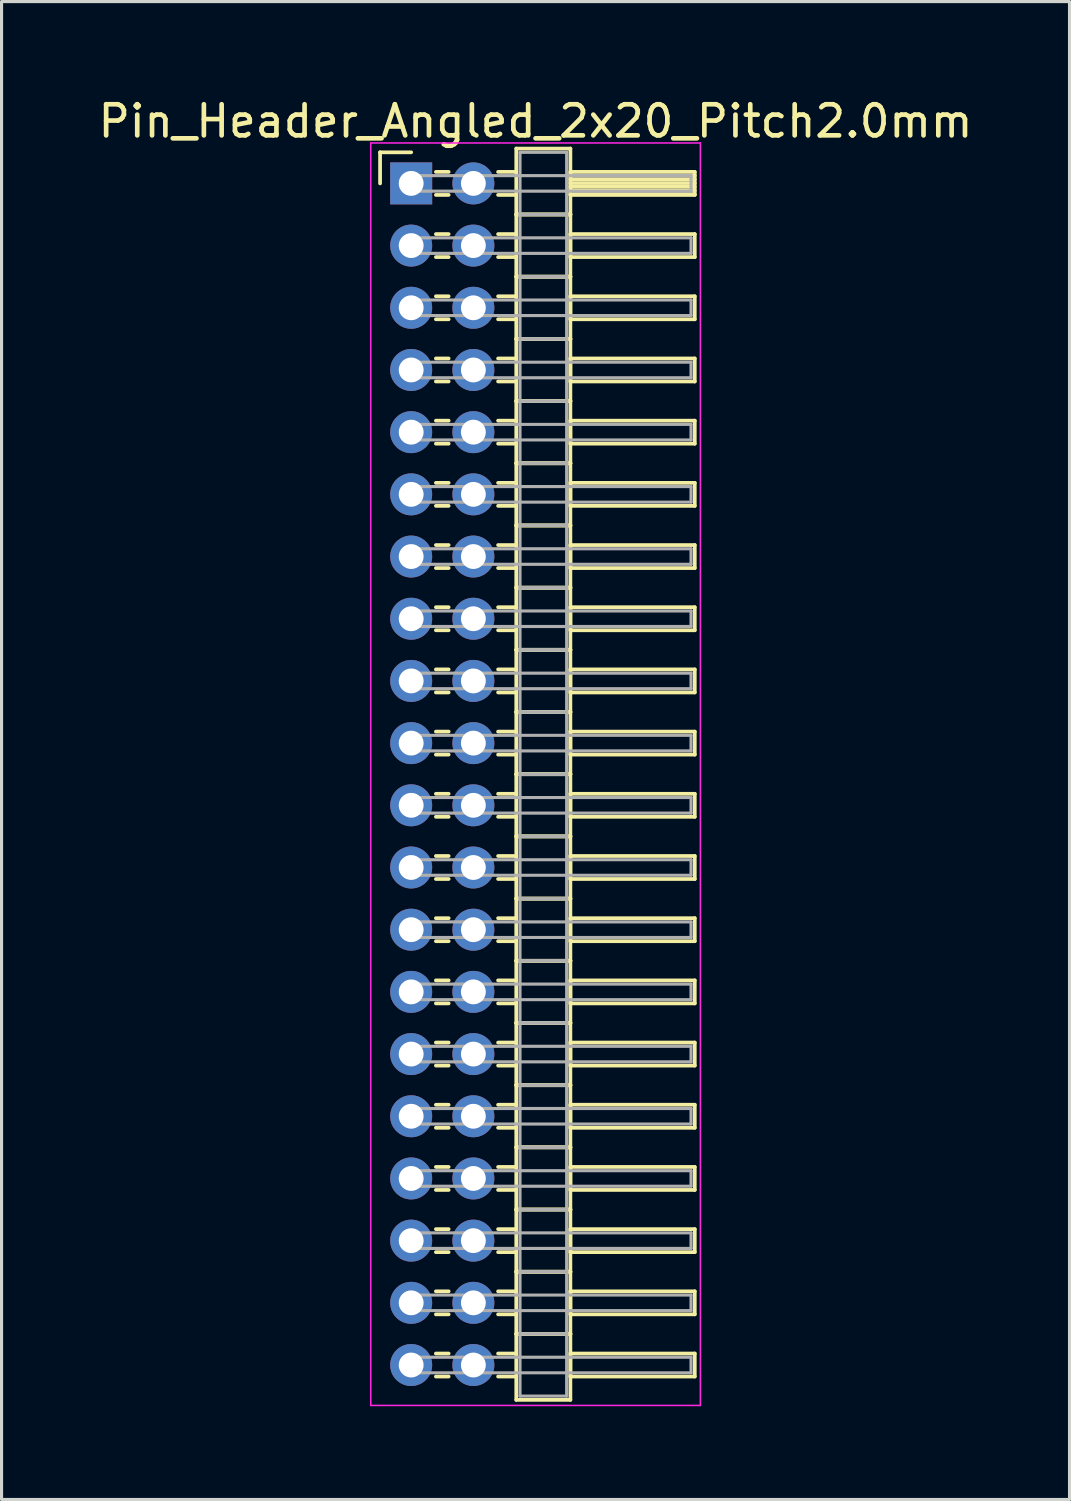
<source format=kicad_pcb>
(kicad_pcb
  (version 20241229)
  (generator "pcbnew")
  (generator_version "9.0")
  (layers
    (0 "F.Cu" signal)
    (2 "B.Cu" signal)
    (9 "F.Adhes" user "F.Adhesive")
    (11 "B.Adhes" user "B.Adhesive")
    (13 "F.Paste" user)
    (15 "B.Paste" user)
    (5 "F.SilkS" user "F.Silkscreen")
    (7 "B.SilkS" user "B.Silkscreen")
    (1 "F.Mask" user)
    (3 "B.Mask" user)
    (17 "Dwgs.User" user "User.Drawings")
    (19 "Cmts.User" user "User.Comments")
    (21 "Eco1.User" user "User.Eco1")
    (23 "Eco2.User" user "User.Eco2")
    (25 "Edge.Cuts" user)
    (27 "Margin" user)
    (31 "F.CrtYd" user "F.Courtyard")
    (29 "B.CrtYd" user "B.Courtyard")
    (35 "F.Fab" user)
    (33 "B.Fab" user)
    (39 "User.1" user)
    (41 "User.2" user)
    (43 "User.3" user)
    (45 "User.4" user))
  (footprint "Pin_Header_Angled_2x20_Pitch2.0mm"
    (layer "F.Cu")
    (at 10.173 2.848)
    (property "Reference" "Pin_Header_Angled_2x20_Pitch2.0mm" (at 4 -2 0) (layer "F.SilkS") (effects (font (size 1 1) (thickness 0.15))))
    (attr through_hole)
    (fp_line (start -1 -1) (end 0 -1) (stroke (width 0.12) (type solid)) (layer "F.SilkS"))
    (fp_line (start -1 0) (end -1 -1) (stroke (width 0.12) (type solid)) (layer "F.SilkS"))
    (fp_line (start 0.795 -0.37) (end 1.205 -0.37) (stroke (width 0.12) (type solid)) (layer "F.SilkS"))
    (fp_line (start 0.795 0.37) (end 1.205 0.37) (stroke (width 0.12) (type solid)) (layer "F.SilkS"))
    (fp_line (start 0.795 1.63) (end 1.205 1.63) (stroke (width 0.12) (type solid)) (layer "F.SilkS"))
    (fp_line (start 0.795 2.37) (end 1.205 2.37) (stroke (width 0.12) (type solid)) (layer "F.SilkS"))
    (fp_line (start 0.795 3.63) (end 1.205 3.63) (stroke (width 0.12) (type solid)) (layer "F.SilkS"))
    (fp_line (start 0.795 4.37) (end 1.205 4.37) (stroke (width 0.12) (type solid)) (layer "F.SilkS"))
    (fp_line (start 0.795 5.63) (end 1.205 5.63) (stroke (width 0.12) (type solid)) (layer "F.SilkS"))
    (fp_line (start 0.795 6.37) (end 1.205 6.37) (stroke (width 0.12) (type solid)) (layer "F.SilkS"))
    (fp_line (start 0.795 7.63) (end 1.205 7.63) (stroke (width 0.12) (type solid)) (layer "F.SilkS"))
    (fp_line (start 0.795 8.37) (end 1.205 8.37) (stroke (width 0.12) (type solid)) (layer "F.SilkS"))
    (fp_line (start 0.795 9.63) (end 1.205 9.63) (stroke (width 0.12) (type solid)) (layer "F.SilkS"))
    (fp_line (start 0.795 10.37) (end 1.205 10.37) (stroke (width 0.12) (type solid)) (layer "F.SilkS"))
    (fp_line (start 0.795 11.63) (end 1.205 11.63) (stroke (width 0.12) (type solid)) (layer "F.SilkS"))
    (fp_line (start 0.795 12.37) (end 1.205 12.37) (stroke (width 0.12) (type solid)) (layer "F.SilkS"))
    (fp_line (start 0.795 13.63) (end 1.205 13.63) (stroke (width 0.12) (type solid)) (layer "F.SilkS"))
    (fp_line (start 0.795 14.37) (end 1.205 14.37) (stroke (width 0.12) (type solid)) (layer "F.SilkS"))
    (fp_line (start 0.795 15.63) (end 1.205 15.63) (stroke (width 0.12) (type solid)) (layer "F.SilkS"))
    (fp_line (start 0.795 16.37) (end 1.205 16.37) (stroke (width 0.12) (type solid)) (layer "F.SilkS"))
    (fp_line (start 0.795 17.63) (end 1.205 17.63) (stroke (width 0.12) (type solid)) (layer "F.SilkS"))
    (fp_line (start 0.795 18.37) (end 1.205 18.37) (stroke (width 0.12) (type solid)) (layer "F.SilkS"))
    (fp_line (start 0.795 19.63) (end 1.205 19.63) (stroke (width 0.12) (type solid)) (layer "F.SilkS"))
    (fp_line (start 0.795 20.37) (end 1.205 20.37) (stroke (width 0.12) (type solid)) (layer "F.SilkS"))
    (fp_line (start 0.795 21.63) (end 1.205 21.63) (stroke (width 0.12) (type solid)) (layer "F.SilkS"))
    (fp_line (start 0.795 22.37) (end 1.205 22.37) (stroke (width 0.12) (type solid)) (layer "F.SilkS"))
    (fp_line (start 0.795 23.63) (end 1.205 23.63) (stroke (width 0.12) (type solid)) (layer "F.SilkS"))
    (fp_line (start 0.795 24.37) (end 1.205 24.37) (stroke (width 0.12) (type solid)) (layer "F.SilkS"))
    (fp_line (start 0.795 25.63) (end 1.205 25.63) (stroke (width 0.12) (type solid)) (layer "F.SilkS"))
    (fp_line (start 0.795 26.37) (end 1.205 26.37) (stroke (width 0.12) (type solid)) (layer "F.SilkS"))
    (fp_line (start 0.795 27.63) (end 1.205 27.63) (stroke (width 0.12) (type solid)) (layer "F.SilkS"))
    (fp_line (start 0.795 28.37) (end 1.205 28.37) (stroke (width 0.12) (type solid)) (layer "F.SilkS"))
    (fp_line (start 0.795 29.63) (end 1.205 29.63) (stroke (width 0.12) (type solid)) (layer "F.SilkS"))
    (fp_line (start 0.795 30.37) (end 1.205 30.37) (stroke (width 0.12) (type solid)) (layer "F.SilkS"))
    (fp_line (start 0.795 31.63) (end 1.205 31.63) (stroke (width 0.12) (type solid)) (layer "F.SilkS"))
    (fp_line (start 0.795 32.37) (end 1.205 32.37) (stroke (width 0.12) (type solid)) (layer "F.SilkS"))
    (fp_line (start 0.795 33.63) (end 1.205 33.63) (stroke (width 0.12) (type solid)) (layer "F.SilkS"))
    (fp_line (start 0.795 34.37) (end 1.205 34.37) (stroke (width 0.12) (type solid)) (layer "F.SilkS"))
    (fp_line (start 0.795 35.63) (end 1.205 35.63) (stroke (width 0.12) (type solid)) (layer "F.SilkS"))
    (fp_line (start 0.795 36.37) (end 1.205 36.37) (stroke (width 0.12) (type solid)) (layer "F.SilkS"))
    (fp_line (start 0.795 37.63) (end 1.205 37.63) (stroke (width 0.12) (type solid)) (layer "F.SilkS"))
    (fp_line (start 0.795 38.37) (end 1.205 38.37) (stroke (width 0.12) (type solid)) (layer "F.SilkS"))
    (fp_line (start 2.795 -0.37) (end 3.38 -0.37) (stroke (width 0.12) (type solid)) (layer "F.SilkS"))
    (fp_line (start 2.795 0.37) (end 3.38 0.37) (stroke (width 0.12) (type solid)) (layer "F.SilkS"))
    (fp_line (start 2.795 1.63) (end 3.38 1.63) (stroke (width 0.12) (type solid)) (layer "F.SilkS"))
    (fp_line (start 2.795 2.37) (end 3.38 2.37) (stroke (width 0.12) (type solid)) (layer "F.SilkS"))
    (fp_line (start 2.795 3.63) (end 3.38 3.63) (stroke (width 0.12) (type solid)) (layer "F.SilkS"))
    (fp_line (start 2.795 4.37) (end 3.38 4.37) (stroke (width 0.12) (type solid)) (layer "F.SilkS"))
    (fp_line (start 2.795 5.63) (end 3.38 5.63) (stroke (width 0.12) (type solid)) (layer "F.SilkS"))
    (fp_line (start 2.795 6.37) (end 3.38 6.37) (stroke (width 0.12) (type solid)) (layer "F.SilkS"))
    (fp_line (start 2.795 7.63) (end 3.38 7.63) (stroke (width 0.12) (type solid)) (layer "F.SilkS"))
    (fp_line (start 2.795 8.37) (end 3.38 8.37) (stroke (width 0.12) (type solid)) (layer "F.SilkS"))
    (fp_line (start 2.795 9.63) (end 3.38 9.63) (stroke (width 0.12) (type solid)) (layer "F.SilkS"))
    (fp_line (start 2.795 10.37) (end 3.38 10.37) (stroke (width 0.12) (type solid)) (layer "F.SilkS"))
    (fp_line (start 2.795 11.63) (end 3.38 11.63) (stroke (width 0.12) (type solid)) (layer "F.SilkS"))
    (fp_line (start 2.795 12.37) (end 3.38 12.37) (stroke (width 0.12) (type solid)) (layer "F.SilkS"))
    (fp_line (start 2.795 13.63) (end 3.38 13.63) (stroke (width 0.12) (type solid)) (layer "F.SilkS"))
    (fp_line (start 2.795 14.37) (end 3.38 14.37) (stroke (width 0.12) (type solid)) (layer "F.SilkS"))
    (fp_line (start 2.795 15.63) (end 3.38 15.63) (stroke (width 0.12) (type solid)) (layer "F.SilkS"))
    (fp_line (start 2.795 16.37) (end 3.38 16.37) (stroke (width 0.12) (type solid)) (layer "F.SilkS"))
    (fp_line (start 2.795 17.63) (end 3.38 17.63) (stroke (width 0.12) (type solid)) (layer "F.SilkS"))
    (fp_line (start 2.795 18.37) (end 3.38 18.37) (stroke (width 0.12) (type solid)) (layer "F.SilkS"))
    (fp_line (start 2.795 19.63) (end 3.38 19.63) (stroke (width 0.12) (type solid)) (layer "F.SilkS"))
    (fp_line (start 2.795 20.37) (end 3.38 20.37) (stroke (width 0.12) (type solid)) (layer "F.SilkS"))
    (fp_line (start 2.795 21.63) (end 3.38 21.63) (stroke (width 0.12) (type solid)) (layer "F.SilkS"))
    (fp_line (start 2.795 22.37) (end 3.38 22.37) (stroke (width 0.12) (type solid)) (layer "F.SilkS"))
    (fp_line (start 2.795 23.63) (end 3.38 23.63) (stroke (width 0.12) (type solid)) (layer "F.SilkS"))
    (fp_line (start 2.795 24.37) (end 3.38 24.37) (stroke (width 0.12) (type solid)) (layer "F.SilkS"))
    (fp_line (start 2.795 25.63) (end 3.38 25.63) (stroke (width 0.12) (type solid)) (layer "F.SilkS"))
    (fp_line (start 2.795 26.37) (end 3.38 26.37) (stroke (width 0.12) (type solid)) (layer "F.SilkS"))
    (fp_line (start 2.795 27.63) (end 3.38 27.63) (stroke (width 0.12) (type solid)) (layer "F.SilkS"))
    (fp_line (start 2.795 28.37) (end 3.38 28.37) (stroke (width 0.12) (type solid)) (layer "F.SilkS"))
    (fp_line (start 2.795 29.63) (end 3.38 29.63) (stroke (width 0.12) (type solid)) (layer "F.SilkS"))
    (fp_line (start 2.795 30.37) (end 3.38 30.37) (stroke (width 0.12) (type solid)) (layer "F.SilkS"))
    (fp_line (start 2.795 31.63) (end 3.38 31.63) (stroke (width 0.12) (type solid)) (layer "F.SilkS"))
    (fp_line (start 2.795 32.37) (end 3.38 32.37) (stroke (width 0.12) (type solid)) (layer "F.SilkS"))
    (fp_line (start 2.795 33.63) (end 3.38 33.63) (stroke (width 0.12) (type solid)) (layer "F.SilkS"))
    (fp_line (start 2.795 34.37) (end 3.38 34.37) (stroke (width 0.12) (type solid)) (layer "F.SilkS"))
    (fp_line (start 2.795 35.63) (end 3.38 35.63) (stroke (width 0.12) (type solid)) (layer "F.SilkS"))
    (fp_line (start 2.795 36.37) (end 3.38 36.37) (stroke (width 0.12) (type solid)) (layer "F.SilkS"))
    (fp_line (start 2.795 37.63) (end 3.38 37.63) (stroke (width 0.12) (type solid)) (layer "F.SilkS"))
    (fp_line (start 2.795 38.37) (end 3.38 38.37) (stroke (width 0.12) (type solid)) (layer "F.SilkS"))
    (fp_line (start 3.38 -1.12) (end 3.38 1) (stroke (width 0.12) (type solid)) (layer "F.SilkS"))
    (fp_line (start 3.38 1) (end 3.38 3) (stroke (width 0.12) (type solid)) (layer "F.SilkS"))
    (fp_line (start 3.38 1) (end 5.12 1) (stroke (width 0.12) (type solid)) (layer "F.SilkS"))
    (fp_line (start 3.38 3) (end 3.38 5) (stroke (width 0.12) (type solid)) (layer "F.SilkS"))
    (fp_line (start 3.38 3) (end 5.12 3) (stroke (width 0.12) (type solid)) (layer "F.SilkS"))
    (fp_line (start 3.38 5) (end 3.38 7) (stroke (width 0.12) (type solid)) (layer "F.SilkS"))
    (fp_line (start 3.38 5) (end 5.12 5) (stroke (width 0.12) (type solid)) (layer "F.SilkS"))
    (fp_line (start 3.38 7) (end 3.38 9) (stroke (width 0.12) (type solid)) (layer "F.SilkS"))
    (fp_line (start 3.38 7) (end 5.12 7) (stroke (width 0.12) (type solid)) (layer "F.SilkS"))
    (fp_line (start 3.38 9) (end 3.38 11) (stroke (width 0.12) (type solid)) (layer "F.SilkS"))
    (fp_line (start 3.38 9) (end 5.12 9) (stroke (width 0.12) (type solid)) (layer "F.SilkS"))
    (fp_line (start 3.38 11) (end 3.38 13) (stroke (width 0.12) (type solid)) (layer "F.SilkS"))
    (fp_line (start 3.38 11) (end 5.12 11) (stroke (width 0.12) (type solid)) (layer "F.SilkS"))
    (fp_line (start 3.38 13) (end 3.38 15) (stroke (width 0.12) (type solid)) (layer "F.SilkS"))
    (fp_line (start 3.38 13) (end 5.12 13) (stroke (width 0.12) (type solid)) (layer "F.SilkS"))
    (fp_line (start 3.38 15) (end 3.38 17) (stroke (width 0.12) (type solid)) (layer "F.SilkS"))
    (fp_line (start 3.38 15) (end 5.12 15) (stroke (width 0.12) (type solid)) (layer "F.SilkS"))
    (fp_line (start 3.38 17) (end 3.38 19) (stroke (width 0.12) (type solid)) (layer "F.SilkS"))
    (fp_line (start 3.38 17) (end 5.12 17) (stroke (width 0.12) (type solid)) (layer "F.SilkS"))
    (fp_line (start 3.38 19) (end 3.38 21) (stroke (width 0.12) (type solid)) (layer "F.SilkS"))
    (fp_line (start 3.38 19) (end 5.12 19) (stroke (width 0.12) (type solid)) (layer "F.SilkS"))
    (fp_line (start 3.38 21) (end 3.38 23) (stroke (width 0.12) (type solid)) (layer "F.SilkS"))
    (fp_line (start 3.38 21) (end 5.12 21) (stroke (width 0.12) (type solid)) (layer "F.SilkS"))
    (fp_line (start 3.38 23) (end 3.38 25) (stroke (width 0.12) (type solid)) (layer "F.SilkS"))
    (fp_line (start 3.38 23) (end 5.12 23) (stroke (width 0.12) (type solid)) (layer "F.SilkS"))
    (fp_line (start 3.38 25) (end 3.38 27) (stroke (width 0.12) (type solid)) (layer "F.SilkS"))
    (fp_line (start 3.38 25) (end 5.12 25) (stroke (width 0.12) (type solid)) (layer "F.SilkS"))
    (fp_line (start 3.38 27) (end 3.38 29) (stroke (width 0.12) (type solid)) (layer "F.SilkS"))
    (fp_line (start 3.38 27) (end 5.12 27) (stroke (width 0.12) (type solid)) (layer "F.SilkS"))
    (fp_line (start 3.38 29) (end 3.38 31) (stroke (width 0.12) (type solid)) (layer "F.SilkS"))
    (fp_line (start 3.38 29) (end 5.12 29) (stroke (width 0.12) (type solid)) (layer "F.SilkS"))
    (fp_line (start 3.38 31) (end 3.38 33) (stroke (width 0.12) (type solid)) (layer "F.SilkS"))
    (fp_line (start 3.38 31) (end 5.12 31) (stroke (width 0.12) (type solid)) (layer "F.SilkS"))
    (fp_line (start 3.38 33) (end 3.38 35) (stroke (width 0.12) (type solid)) (layer "F.SilkS"))
    (fp_line (start 3.38 33) (end 5.12 33) (stroke (width 0.12) (type solid)) (layer "F.SilkS"))
    (fp_line (start 3.38 35) (end 3.38 37) (stroke (width 0.12) (type solid)) (layer "F.SilkS"))
    (fp_line (start 3.38 35) (end 5.12 35) (stroke (width 0.12) (type solid)) (layer "F.SilkS"))
    (fp_line (start 3.38 37) (end 3.38 39.12) (stroke (width 0.12) (type solid)) (layer "F.SilkS"))
    (fp_line (start 3.38 37) (end 5.12 37) (stroke (width 0.12) (type solid)) (layer "F.SilkS"))
    (fp_line (start 3.38 39.12) (end 5.12 39.12) (stroke (width 0.12) (type solid)) (layer "F.SilkS"))
    (fp_line (start 5.12 -1.12) (end 3.38 -1.12) (stroke (width 0.12) (type solid)) (layer "F.SilkS"))
    (fp_line (start 5.12 -0.37) (end 5.12 0.37) (stroke (width 0.12) (type solid)) (layer "F.SilkS"))
    (fp_line (start 5.12 -0.25) (end 9.12 -0.25) (stroke (width 0.12) (type solid)) (layer "F.SilkS"))
    (fp_line (start 5.12 -0.13) (end 9.12 -0.13) (stroke (width 0.12) (type solid)) (layer "F.SilkS"))
    (fp_line (start 5.12 -0.01) (end 9.12 -0.01) (stroke (width 0.12) (type solid)) (layer "F.SilkS"))
    (fp_line (start 5.12 0.11) (end 9.12 0.11) (stroke (width 0.12) (type solid)) (layer "F.SilkS"))
    (fp_line (start 5.12 0.23) (end 9.12 0.23) (stroke (width 0.12) (type solid)) (layer "F.SilkS"))
    (fp_line (start 5.12 0.35) (end 9.12 0.35) (stroke (width 0.12) (type solid)) (layer "F.SilkS"))
    (fp_line (start 5.12 0.37) (end 9.12 0.37) (stroke (width 0.12) (type solid)) (layer "F.SilkS"))
    (fp_line (start 5.12 1) (end 3.38 1) (stroke (width 0.12) (type solid)) (layer "F.SilkS"))
    (fp_line (start 5.12 1) (end 5.12 -1.12) (stroke (width 0.12) (type solid)) (layer "F.SilkS"))
    (fp_line (start 5.12 1.63) (end 5.12 2.37) (stroke (width 0.12) (type solid)) (layer "F.SilkS"))
    (fp_line (start 5.12 2.37) (end 9.12 2.37) (stroke (width 0.12) (type solid)) (layer "F.SilkS"))
    (fp_line (start 5.12 3) (end 3.38 3) (stroke (width 0.12) (type solid)) (layer "F.SilkS"))
    (fp_line (start 5.12 3) (end 5.12 1) (stroke (width 0.12) (type solid)) (layer "F.SilkS"))
    (fp_line (start 5.12 3.63) (end 5.12 4.37) (stroke (width 0.12) (type solid)) (layer "F.SilkS"))
    (fp_line (start 5.12 4.37) (end 9.12 4.37) (stroke (width 0.12) (type solid)) (layer "F.SilkS"))
    (fp_line (start 5.12 5) (end 3.38 5) (stroke (width 0.12) (type solid)) (layer "F.SilkS"))
    (fp_line (start 5.12 5) (end 5.12 3) (stroke (width 0.12) (type solid)) (layer "F.SilkS"))
    (fp_line (start 5.12 5.63) (end 5.12 6.37) (stroke (width 0.12) (type solid)) (layer "F.SilkS"))
    (fp_line (start 5.12 6.37) (end 9.12 6.37) (stroke (width 0.12) (type solid)) (layer "F.SilkS"))
    (fp_line (start 5.12 7) (end 3.38 7) (stroke (width 0.12) (type solid)) (layer "F.SilkS"))
    (fp_line (start 5.12 7) (end 5.12 5) (stroke (width 0.12) (type solid)) (layer "F.SilkS"))
    (fp_line (start 5.12 7.63) (end 5.12 8.37) (stroke (width 0.12) (type solid)) (layer "F.SilkS"))
    (fp_line (start 5.12 8.37) (end 9.12 8.37) (stroke (width 0.12) (type solid)) (layer "F.SilkS"))
    (fp_line (start 5.12 9) (end 3.38 9) (stroke (width 0.12) (type solid)) (layer "F.SilkS"))
    (fp_line (start 5.12 9) (end 5.12 7) (stroke (width 0.12) (type solid)) (layer "F.SilkS"))
    (fp_line (start 5.12 9.63) (end 5.12 10.37) (stroke (width 0.12) (type solid)) (layer "F.SilkS"))
    (fp_line (start 5.12 10.37) (end 9.12 10.37) (stroke (width 0.12) (type solid)) (layer "F.SilkS"))
    (fp_line (start 5.12 11) (end 3.38 11) (stroke (width 0.12) (type solid)) (layer "F.SilkS"))
    (fp_line (start 5.12 11) (end 5.12 9) (stroke (width 0.12) (type solid)) (layer "F.SilkS"))
    (fp_line (start 5.12 11.63) (end 5.12 12.37) (stroke (width 0.12) (type solid)) (layer "F.SilkS"))
    (fp_line (start 5.12 12.37) (end 9.12 12.37) (stroke (width 0.12) (type solid)) (layer "F.SilkS"))
    (fp_line (start 5.12 13) (end 3.38 13) (stroke (width 0.12) (type solid)) (layer "F.SilkS"))
    (fp_line (start 5.12 13) (end 5.12 11) (stroke (width 0.12) (type solid)) (layer "F.SilkS"))
    (fp_line (start 5.12 13.63) (end 5.12 14.37) (stroke (width 0.12) (type solid)) (layer "F.SilkS"))
    (fp_line (start 5.12 14.37) (end 9.12 14.37) (stroke (width 0.12) (type solid)) (layer "F.SilkS"))
    (fp_line (start 5.12 15) (end 3.38 15) (stroke (width 0.12) (type solid)) (layer "F.SilkS"))
    (fp_line (start 5.12 15) (end 5.12 13) (stroke (width 0.12) (type solid)) (layer "F.SilkS"))
    (fp_line (start 5.12 15.63) (end 5.12 16.37) (stroke (width 0.12) (type solid)) (layer "F.SilkS"))
    (fp_line (start 5.12 16.37) (end 9.12 16.37) (stroke (width 0.12) (type solid)) (layer "F.SilkS"))
    (fp_line (start 5.12 17) (end 3.38 17) (stroke (width 0.12) (type solid)) (layer "F.SilkS"))
    (fp_line (start 5.12 17) (end 5.12 15) (stroke (width 0.12) (type solid)) (layer "F.SilkS"))
    (fp_line (start 5.12 17.63) (end 5.12 18.37) (stroke (width 0.12) (type solid)) (layer "F.SilkS"))
    (fp_line (start 5.12 18.37) (end 9.12 18.37) (stroke (width 0.12) (type solid)) (layer "F.SilkS"))
    (fp_line (start 5.12 19) (end 3.38 19) (stroke (width 0.12) (type solid)) (layer "F.SilkS"))
    (fp_line (start 5.12 19) (end 5.12 17) (stroke (width 0.12) (type solid)) (layer "F.SilkS"))
    (fp_line (start 5.12 19.63) (end 5.12 20.37) (stroke (width 0.12) (type solid)) (layer "F.SilkS"))
    (fp_line (start 5.12 20.37) (end 9.12 20.37) (stroke (width 0.12) (type solid)) (layer "F.SilkS"))
    (fp_line (start 5.12 21) (end 3.38 21) (stroke (width 0.12) (type solid)) (layer "F.SilkS"))
    (fp_line (start 5.12 21) (end 5.12 19) (stroke (width 0.12) (type solid)) (layer "F.SilkS"))
    (fp_line (start 5.12 21.63) (end 5.12 22.37) (stroke (width 0.12) (type solid)) (layer "F.SilkS"))
    (fp_line (start 5.12 22.37) (end 9.12 22.37) (stroke (width 0.12) (type solid)) (layer "F.SilkS"))
    (fp_line (start 5.12 23) (end 3.38 23) (stroke (width 0.12) (type solid)) (layer "F.SilkS"))
    (fp_line (start 5.12 23) (end 5.12 21) (stroke (width 0.12) (type solid)) (layer "F.SilkS"))
    (fp_line (start 5.12 23.63) (end 5.12 24.37) (stroke (width 0.12) (type solid)) (layer "F.SilkS"))
    (fp_line (start 5.12 24.37) (end 9.12 24.37) (stroke (width 0.12) (type solid)) (layer "F.SilkS"))
    (fp_line (start 5.12 25) (end 3.38 25) (stroke (width 0.12) (type solid)) (layer "F.SilkS"))
    (fp_line (start 5.12 25) (end 5.12 23) (stroke (width 0.12) (type solid)) (layer "F.SilkS"))
    (fp_line (start 5.12 25.63) (end 5.12 26.37) (stroke (width 0.12) (type solid)) (layer "F.SilkS"))
    (fp_line (start 5.12 26.37) (end 9.12 26.37) (stroke (width 0.12) (type solid)) (layer "F.SilkS"))
    (fp_line (start 5.12 27) (end 3.38 27) (stroke (width 0.12) (type solid)) (layer "F.SilkS"))
    (fp_line (start 5.12 27) (end 5.12 25) (stroke (width 0.12) (type solid)) (layer "F.SilkS"))
    (fp_line (start 5.12 27.63) (end 5.12 28.37) (stroke (width 0.12) (type solid)) (layer "F.SilkS"))
    (fp_line (start 5.12 28.37) (end 9.12 28.37) (stroke (width 0.12) (type solid)) (layer "F.SilkS"))
    (fp_line (start 5.12 29) (end 3.38 29) (stroke (width 0.12) (type solid)) (layer "F.SilkS"))
    (fp_line (start 5.12 29) (end 5.12 27) (stroke (width 0.12) (type solid)) (layer "F.SilkS"))
    (fp_line (start 5.12 29.63) (end 5.12 30.37) (stroke (width 0.12) (type solid)) (layer "F.SilkS"))
    (fp_line (start 5.12 30.37) (end 9.12 30.37) (stroke (width 0.12) (type solid)) (layer "F.SilkS"))
    (fp_line (start 5.12 31) (end 3.38 31) (stroke (width 0.12) (type solid)) (layer "F.SilkS"))
    (fp_line (start 5.12 31) (end 5.12 29) (stroke (width 0.12) (type solid)) (layer "F.SilkS"))
    (fp_line (start 5.12 31.63) (end 5.12 32.37) (stroke (width 0.12) (type solid)) (layer "F.SilkS"))
    (fp_line (start 5.12 32.37) (end 9.12 32.37) (stroke (width 0.12) (type solid)) (layer "F.SilkS"))
    (fp_line (start 5.12 33) (end 3.38 33) (stroke (width 0.12) (type solid)) (layer "F.SilkS"))
    (fp_line (start 5.12 33) (end 5.12 31) (stroke (width 0.12) (type solid)) (layer "F.SilkS"))
    (fp_line (start 5.12 33.63) (end 5.12 34.37) (stroke (width 0.12) (type solid)) (layer "F.SilkS"))
    (fp_line (start 5.12 34.37) (end 9.12 34.37) (stroke (width 0.12) (type solid)) (layer "F.SilkS"))
    (fp_line (start 5.12 35) (end 3.38 35) (stroke (width 0.12) (type solid)) (layer "F.SilkS"))
    (fp_line (start 5.12 35) (end 5.12 33) (stroke (width 0.12) (type solid)) (layer "F.SilkS"))
    (fp_line (start 5.12 35.63) (end 5.12 36.37) (stroke (width 0.12) (type solid)) (layer "F.SilkS"))
    (fp_line (start 5.12 36.37) (end 9.12 36.37) (stroke (width 0.12) (type solid)) (layer "F.SilkS"))
    (fp_line (start 5.12 37) (end 3.38 37) (stroke (width 0.12) (type solid)) (layer "F.SilkS"))
    (fp_line (start 5.12 37) (end 5.12 35) (stroke (width 0.12) (type solid)) (layer "F.SilkS"))
    (fp_line (start 5.12 37.63) (end 5.12 38.37) (stroke (width 0.12) (type solid)) (layer "F.SilkS"))
    (fp_line (start 5.12 38.37) (end 9.12 38.37) (stroke (width 0.12) (type solid)) (layer "F.SilkS"))
    (fp_line (start 5.12 39.12) (end 5.12 37) (stroke (width 0.12) (type solid)) (layer "F.SilkS"))
    (fp_line (start 9.12 -0.37) (end 5.12 -0.37) (stroke (width 0.12) (type solid)) (layer "F.SilkS"))
    (fp_line (start 9.12 0.37) (end 9.12 -0.37) (stroke (width 0.12) (type solid)) (layer "F.SilkS"))
    (fp_line (start 9.12 1.63) (end 5.12 1.63) (stroke (width 0.12) (type solid)) (layer "F.SilkS"))
    (fp_line (start 9.12 2.37) (end 9.12 1.63) (stroke (width 0.12) (type solid)) (layer "F.SilkS"))
    (fp_line (start 9.12 3.63) (end 5.12 3.63) (stroke (width 0.12) (type solid)) (layer "F.SilkS"))
    (fp_line (start 9.12 4.37) (end 9.12 3.63) (stroke (width 0.12) (type solid)) (layer "F.SilkS"))
    (fp_line (start 9.12 5.63) (end 5.12 5.63) (stroke (width 0.12) (type solid)) (layer "F.SilkS"))
    (fp_line (start 9.12 6.37) (end 9.12 5.63) (stroke (width 0.12) (type solid)) (layer "F.SilkS"))
    (fp_line (start 9.12 7.63) (end 5.12 7.63) (stroke (width 0.12) (type solid)) (layer "F.SilkS"))
    (fp_line (start 9.12 8.37) (end 9.12 7.63) (stroke (width 0.12) (type solid)) (layer "F.SilkS"))
    (fp_line (start 9.12 9.63) (end 5.12 9.63) (stroke (width 0.12) (type solid)) (layer "F.SilkS"))
    (fp_line (start 9.12 10.37) (end 9.12 9.63) (stroke (width 0.12) (type solid)) (layer "F.SilkS"))
    (fp_line (start 9.12 11.63) (end 5.12 11.63) (stroke (width 0.12) (type solid)) (layer "F.SilkS"))
    (fp_line (start 9.12 12.37) (end 9.12 11.63) (stroke (width 0.12) (type solid)) (layer "F.SilkS"))
    (fp_line (start 9.12 13.63) (end 5.12 13.63) (stroke (width 0.12) (type solid)) (layer "F.SilkS"))
    (fp_line (start 9.12 14.37) (end 9.12 13.63) (stroke (width 0.12) (type solid)) (layer "F.SilkS"))
    (fp_line (start 9.12 15.63) (end 5.12 15.63) (stroke (width 0.12) (type solid)) (layer "F.SilkS"))
    (fp_line (start 9.12 16.37) (end 9.12 15.63) (stroke (width 0.12) (type solid)) (layer "F.SilkS"))
    (fp_line (start 9.12 17.63) (end 5.12 17.63) (stroke (width 0.12) (type solid)) (layer "F.SilkS"))
    (fp_line (start 9.12 18.37) (end 9.12 17.63) (stroke (width 0.12) (type solid)) (layer "F.SilkS"))
    (fp_line (start 9.12 19.63) (end 5.12 19.63) (stroke (width 0.12) (type solid)) (layer "F.SilkS"))
    (fp_line (start 9.12 20.37) (end 9.12 19.63) (stroke (width 0.12) (type solid)) (layer "F.SilkS"))
    (fp_line (start 9.12 21.63) (end 5.12 21.63) (stroke (width 0.12) (type solid)) (layer "F.SilkS"))
    (fp_line (start 9.12 22.37) (end 9.12 21.63) (stroke (width 0.12) (type solid)) (layer "F.SilkS"))
    (fp_line (start 9.12 23.63) (end 5.12 23.63) (stroke (width 0.12) (type solid)) (layer "F.SilkS"))
    (fp_line (start 9.12 24.37) (end 9.12 23.63) (stroke (width 0.12) (type solid)) (layer "F.SilkS"))
    (fp_line (start 9.12 25.63) (end 5.12 25.63) (stroke (width 0.12) (type solid)) (layer "F.SilkS"))
    (fp_line (start 9.12 26.37) (end 9.12 25.63) (stroke (width 0.12) (type solid)) (layer "F.SilkS"))
    (fp_line (start 9.12 27.63) (end 5.12 27.63) (stroke (width 0.12) (type solid)) (layer "F.SilkS"))
    (fp_line (start 9.12 28.37) (end 9.12 27.63) (stroke (width 0.12) (type solid)) (layer "F.SilkS"))
    (fp_line (start 9.12 29.63) (end 5.12 29.63) (stroke (width 0.12) (type solid)) (layer "F.SilkS"))
    (fp_line (start 9.12 30.37) (end 9.12 29.63) (stroke (width 0.12) (type solid)) (layer "F.SilkS"))
    (fp_line (start 9.12 31.63) (end 5.12 31.63) (stroke (width 0.12) (type solid)) (layer "F.SilkS"))
    (fp_line (start 9.12 32.37) (end 9.12 31.63) (stroke (width 0.12) (type solid)) (layer "F.SilkS"))
    (fp_line (start 9.12 33.63) (end 5.12 33.63) (stroke (width 0.12) (type solid)) (layer "F.SilkS"))
    (fp_line (start 9.12 34.37) (end 9.12 33.63) (stroke (width 0.12) (type solid)) (layer "F.SilkS"))
    (fp_line (start 9.12 35.63) (end 5.12 35.63) (stroke (width 0.12) (type solid)) (layer "F.SilkS"))
    (fp_line (start 9.12 36.37) (end 9.12 35.63) (stroke (width 0.12) (type solid)) (layer "F.SilkS"))
    (fp_line (start 9.12 37.63) (end 5.12 37.63) (stroke (width 0.12) (type solid)) (layer "F.SilkS"))
    (fp_line (start 9.12 38.37) (end 9.12 37.63) (stroke (width 0.12) (type solid)) (layer "F.SilkS"))
    (fp_line (start -1.3 -1.3) (end -1.3 39.3) (stroke (width 0.05) (type solid)) (layer "F.CrtYd"))
    (fp_line (start -1.3 39.3) (end 9.3 39.3) (stroke (width 0.05) (type solid)) (layer "F.CrtYd"))
    (fp_line (start 9.3 -1.3) (end -1.3 -1.3) (stroke (width 0.05) (type solid)) (layer "F.CrtYd"))
    (fp_line (start 9.3 39.3) (end 9.3 -1.3) (stroke (width 0.05) (type solid)) (layer "F.CrtYd"))
    (fp_line (start 0 -0.25) (end 0 0.25) (stroke (width 0.1) (type solid)) (layer "F.Fab"))
    (fp_line (start 0 0.25) (end 9 0.25) (stroke (width 0.1) (type solid)) (layer "F.Fab"))
    (fp_line (start 0 1.75) (end 0 2.25) (stroke (width 0.1) (type solid)) (layer "F.Fab"))
    (fp_line (start 0 2.25) (end 9 2.25) (stroke (width 0.1) (type solid)) (layer "F.Fab"))
    (fp_line (start 0 3.75) (end 0 4.25) (stroke (width 0.1) (type solid)) (layer "F.Fab"))
    (fp_line (start 0 4.25) (end 9 4.25) (stroke (width 0.1) (type solid)) (layer "F.Fab"))
    (fp_line (start 0 5.75) (end 0 6.25) (stroke (width 0.1) (type solid)) (layer "F.Fab"))
    (fp_line (start 0 6.25) (end 9 6.25) (stroke (width 0.1) (type solid)) (layer "F.Fab"))
    (fp_line (start 0 7.75) (end 0 8.25) (stroke (width 0.1) (type solid)) (layer "F.Fab"))
    (fp_line (start 0 8.25) (end 9 8.25) (stroke (width 0.1) (type solid)) (layer "F.Fab"))
    (fp_line (start 0 9.75) (end 0 10.25) (stroke (width 0.1) (type solid)) (layer "F.Fab"))
    (fp_line (start 0 10.25) (end 9 10.25) (stroke (width 0.1) (type solid)) (layer "F.Fab"))
    (fp_line (start 0 11.75) (end 0 12.25) (stroke (width 0.1) (type solid)) (layer "F.Fab"))
    (fp_line (start 0 12.25) (end 9 12.25) (stroke (width 0.1) (type solid)) (layer "F.Fab"))
    (fp_line (start 0 13.75) (end 0 14.25) (stroke (width 0.1) (type solid)) (layer "F.Fab"))
    (fp_line (start 0 14.25) (end 9 14.25) (stroke (width 0.1) (type solid)) (layer "F.Fab"))
    (fp_line (start 0 15.75) (end 0 16.25) (stroke (width 0.1) (type solid)) (layer "F.Fab"))
    (fp_line (start 0 16.25) (end 9 16.25) (stroke (width 0.1) (type solid)) (layer "F.Fab"))
    (fp_line (start 0 17.75) (end 0 18.25) (stroke (width 0.1) (type solid)) (layer "F.Fab"))
    (fp_line (start 0 18.25) (end 9 18.25) (stroke (width 0.1) (type solid)) (layer "F.Fab"))
    (fp_line (start 0 19.75) (end 0 20.25) (stroke (width 0.1) (type solid)) (layer "F.Fab"))
    (fp_line (start 0 20.25) (end 9 20.25) (stroke (width 0.1) (type solid)) (layer "F.Fab"))
    (fp_line (start 0 21.75) (end 0 22.25) (stroke (width 0.1) (type solid)) (layer "F.Fab"))
    (fp_line (start 0 22.25) (end 9 22.25) (stroke (width 0.1) (type solid)) (layer "F.Fab"))
    (fp_line (start 0 23.75) (end 0 24.25) (stroke (width 0.1) (type solid)) (layer "F.Fab"))
    (fp_line (start 0 24.25) (end 9 24.25) (stroke (width 0.1) (type solid)) (layer "F.Fab"))
    (fp_line (start 0 25.75) (end 0 26.25) (stroke (width 0.1) (type solid)) (layer "F.Fab"))
    (fp_line (start 0 26.25) (end 9 26.25) (stroke (width 0.1) (type solid)) (layer "F.Fab"))
    (fp_line (start 0 27.75) (end 0 28.25) (stroke (width 0.1) (type solid)) (layer "F.Fab"))
    (fp_line (start 0 28.25) (end 9 28.25) (stroke (width 0.1) (type solid)) (layer "F.Fab"))
    (fp_line (start 0 29.75) (end 0 30.25) (stroke (width 0.1) (type solid)) (layer "F.Fab"))
    (fp_line (start 0 30.25) (end 9 30.25) (stroke (width 0.1) (type solid)) (layer "F.Fab"))
    (fp_line (start 0 31.75) (end 0 32.25) (stroke (width 0.1) (type solid)) (layer "F.Fab"))
    (fp_line (start 0 32.25) (end 9 32.25) (stroke (width 0.1) (type solid)) (layer "F.Fab"))
    (fp_line (start 0 33.75) (end 0 34.25) (stroke (width 0.1) (type solid)) (layer "F.Fab"))
    (fp_line (start 0 34.25) (end 9 34.25) (stroke (width 0.1) (type solid)) (layer "F.Fab"))
    (fp_line (start 0 35.75) (end 0 36.25) (stroke (width 0.1) (type solid)) (layer "F.Fab"))
    (fp_line (start 0 36.25) (end 9 36.25) (stroke (width 0.1) (type solid)) (layer "F.Fab"))
    (fp_line (start 0 37.75) (end 0 38.25) (stroke (width 0.1) (type solid)) (layer "F.Fab"))
    (fp_line (start 0 38.25) (end 9 38.25) (stroke (width 0.1) (type solid)) (layer "F.Fab"))
    (fp_line (start 3.5 -1) (end 3.5 1) (stroke (width 0.1) (type solid)) (layer "F.Fab"))
    (fp_line (start 3.5 1) (end 3.5 3) (stroke (width 0.1) (type solid)) (layer "F.Fab"))
    (fp_line (start 3.5 1) (end 5 1) (stroke (width 0.1) (type solid)) (layer "F.Fab"))
    (fp_line (start 3.5 3) (end 3.5 5) (stroke (width 0.1) (type solid)) (layer "F.Fab"))
    (fp_line (start 3.5 3) (end 5 3) (stroke (width 0.1) (type solid)) (layer "F.Fab"))
    (fp_line (start 3.5 5) (end 3.5 7) (stroke (width 0.1) (type solid)) (layer "F.Fab"))
    (fp_line (start 3.5 5) (end 5 5) (stroke (width 0.1) (type solid)) (layer "F.Fab"))
    (fp_line (start 3.5 7) (end 3.5 9) (stroke (width 0.1) (type solid)) (layer "F.Fab"))
    (fp_line (start 3.5 7) (end 5 7) (stroke (width 0.1) (type solid)) (layer "F.Fab"))
    (fp_line (start 3.5 9) (end 3.5 11) (stroke (width 0.1) (type solid)) (layer "F.Fab"))
    (fp_line (start 3.5 9) (end 5 9) (stroke (width 0.1) (type solid)) (layer "F.Fab"))
    (fp_line (start 3.5 11) (end 3.5 13) (stroke (width 0.1) (type solid)) (layer "F.Fab"))
    (fp_line (start 3.5 11) (end 5 11) (stroke (width 0.1) (type solid)) (layer "F.Fab"))
    (fp_line (start 3.5 13) (end 3.5 15) (stroke (width 0.1) (type solid)) (layer "F.Fab"))
    (fp_line (start 3.5 13) (end 5 13) (stroke (width 0.1) (type solid)) (layer "F.Fab"))
    (fp_line (start 3.5 15) (end 3.5 17) (stroke (width 0.1) (type solid)) (layer "F.Fab"))
    (fp_line (start 3.5 15) (end 5 15) (stroke (width 0.1) (type solid)) (layer "F.Fab"))
    (fp_line (start 3.5 17) (end 3.5 19) (stroke (width 0.1) (type solid)) (layer "F.Fab"))
    (fp_line (start 3.5 17) (end 5 17) (stroke (width 0.1) (type solid)) (layer "F.Fab"))
    (fp_line (start 3.5 19) (end 3.5 21) (stroke (width 0.1) (type solid)) (layer "F.Fab"))
    (fp_line (start 3.5 19) (end 5 19) (stroke (width 0.1) (type solid)) (layer "F.Fab"))
    (fp_line (start 3.5 21) (end 3.5 23) (stroke (width 0.1) (type solid)) (layer "F.Fab"))
    (fp_line (start 3.5 21) (end 5 21) (stroke (width 0.1) (type solid)) (layer "F.Fab"))
    (fp_line (start 3.5 23) (end 3.5 25) (stroke (width 0.1) (type solid)) (layer "F.Fab"))
    (fp_line (start 3.5 23) (end 5 23) (stroke (width 0.1) (type solid)) (layer "F.Fab"))
    (fp_line (start 3.5 25) (end 3.5 27) (stroke (width 0.1) (type solid)) (layer "F.Fab"))
    (fp_line (start 3.5 25) (end 5 25) (stroke (width 0.1) (type solid)) (layer "F.Fab"))
    (fp_line (start 3.5 27) (end 3.5 29) (stroke (width 0.1) (type solid)) (layer "F.Fab"))
    (fp_line (start 3.5 27) (end 5 27) (stroke (width 0.1) (type solid)) (layer "F.Fab"))
    (fp_line (start 3.5 29) (end 3.5 31) (stroke (width 0.1) (type solid)) (layer "F.Fab"))
    (fp_line (start 3.5 29) (end 5 29) (stroke (width 0.1) (type solid)) (layer "F.Fab"))
    (fp_line (start 3.5 31) (end 3.5 33) (stroke (width 0.1) (type solid)) (layer "F.Fab"))
    (fp_line (start 3.5 31) (end 5 31) (stroke (width 0.1) (type solid)) (layer "F.Fab"))
    (fp_line (start 3.5 33) (end 3.5 35) (stroke (width 0.1) (type solid)) (layer "F.Fab"))
    (fp_line (start 3.5 33) (end 5 33) (stroke (width 0.1) (type solid)) (layer "F.Fab"))
    (fp_line (start 3.5 35) (end 3.5 37) (stroke (width 0.1) (type solid)) (layer "F.Fab"))
    (fp_line (start 3.5 35) (end 5 35) (stroke (width 0.1) (type solid)) (layer "F.Fab"))
    (fp_line (start 3.5 37) (end 3.5 39) (stroke (width 0.1) (type solid)) (layer "F.Fab"))
    (fp_line (start 3.5 37) (end 5 37) (stroke (width 0.1) (type solid)) (layer "F.Fab"))
    (fp_line (start 3.5 39) (end 5 39) (stroke (width 0.1) (type solid)) (layer "F.Fab"))
    (fp_line (start 5 -1) (end 3.5 -1) (stroke (width 0.1) (type solid)) (layer "F.Fab"))
    (fp_line (start 5 1) (end 3.5 1) (stroke (width 0.1) (type solid)) (layer "F.Fab"))
    (fp_line (start 5 1) (end 5 -1) (stroke (width 0.1) (type solid)) (layer "F.Fab"))
    (fp_line (start 5 3) (end 3.5 3) (stroke (width 0.1) (type solid)) (layer "F.Fab"))
    (fp_line (start 5 3) (end 5 1) (stroke (width 0.1) (type solid)) (layer "F.Fab"))
    (fp_line (start 5 5) (end 3.5 5) (stroke (width 0.1) (type solid)) (layer "F.Fab"))
    (fp_line (start 5 5) (end 5 3) (stroke (width 0.1) (type solid)) (layer "F.Fab"))
    (fp_line (start 5 7) (end 3.5 7) (stroke (width 0.1) (type solid)) (layer "F.Fab"))
    (fp_line (start 5 7) (end 5 5) (stroke (width 0.1) (type solid)) (layer "F.Fab"))
    (fp_line (start 5 9) (end 3.5 9) (stroke (width 0.1) (type solid)) (layer "F.Fab"))
    (fp_line (start 5 9) (end 5 7) (stroke (width 0.1) (type solid)) (layer "F.Fab"))
    (fp_line (start 5 11) (end 3.5 11) (stroke (width 0.1) (type solid)) (layer "F.Fab"))
    (fp_line (start 5 11) (end 5 9) (stroke (width 0.1) (type solid)) (layer "F.Fab"))
    (fp_line (start 5 13) (end 3.5 13) (stroke (width 0.1) (type solid)) (layer "F.Fab"))
    (fp_line (start 5 13) (end 5 11) (stroke (width 0.1) (type solid)) (layer "F.Fab"))
    (fp_line (start 5 15) (end 3.5 15) (stroke (width 0.1) (type solid)) (layer "F.Fab"))
    (fp_line (start 5 15) (end 5 13) (stroke (width 0.1) (type solid)) (layer "F.Fab"))
    (fp_line (start 5 17) (end 3.5 17) (stroke (width 0.1) (type solid)) (layer "F.Fab"))
    (fp_line (start 5 17) (end 5 15) (stroke (width 0.1) (type solid)) (layer "F.Fab"))
    (fp_line (start 5 19) (end 3.5 19) (stroke (width 0.1) (type solid)) (layer "F.Fab"))
    (fp_line (start 5 19) (end 5 17) (stroke (width 0.1) (type solid)) (layer "F.Fab"))
    (fp_line (start 5 21) (end 3.5 21) (stroke (width 0.1) (type solid)) (layer "F.Fab"))
    (fp_line (start 5 21) (end 5 19) (stroke (width 0.1) (type solid)) (layer "F.Fab"))
    (fp_line (start 5 23) (end 3.5 23) (stroke (width 0.1) (type solid)) (layer "F.Fab"))
    (fp_line (start 5 23) (end 5 21) (stroke (width 0.1) (type solid)) (layer "F.Fab"))
    (fp_line (start 5 25) (end 3.5 25) (stroke (width 0.1) (type solid)) (layer "F.Fab"))
    (fp_line (start 5 25) (end 5 23) (stroke (width 0.1) (type solid)) (layer "F.Fab"))
    (fp_line (start 5 27) (end 3.5 27) (stroke (width 0.1) (type solid)) (layer "F.Fab"))
    (fp_line (start 5 27) (end 5 25) (stroke (width 0.1) (type solid)) (layer "F.Fab"))
    (fp_line (start 5 29) (end 3.5 29) (stroke (width 0.1) (type solid)) (layer "F.Fab"))
    (fp_line (start 5 29) (end 5 27) (stroke (width 0.1) (type solid)) (layer "F.Fab"))
    (fp_line (start 5 31) (end 3.5 31) (stroke (width 0.1) (type solid)) (layer "F.Fab"))
    (fp_line (start 5 31) (end 5 29) (stroke (width 0.1) (type solid)) (layer "F.Fab"))
    (fp_line (start 5 33) (end 3.5 33) (stroke (width 0.1) (type solid)) (layer "F.Fab"))
    (fp_line (start 5 33) (end 5 31) (stroke (width 0.1) (type solid)) (layer "F.Fab"))
    (fp_line (start 5 35) (end 3.5 35) (stroke (width 0.1) (type solid)) (layer "F.Fab"))
    (fp_line (start 5 35) (end 5 33) (stroke (width 0.1) (type solid)) (layer "F.Fab"))
    (fp_line (start 5 37) (end 3.5 37) (stroke (width 0.1) (type solid)) (layer "F.Fab"))
    (fp_line (start 5 37) (end 5 35) (stroke (width 0.1) (type solid)) (layer "F.Fab"))
    (fp_line (start 5 39) (end 5 37) (stroke (width 0.1) (type solid)) (layer "F.Fab"))
    (fp_line (start 9 -0.25) (end 0 -0.25) (stroke (width 0.1) (type solid)) (layer "F.Fab"))
    (fp_line (start 9 0.25) (end 9 -0.25) (stroke (width 0.1) (type solid)) (layer "F.Fab"))
    (fp_line (start 9 1.75) (end 0 1.75) (stroke (width 0.1) (type solid)) (layer "F.Fab"))
    (fp_line (start 9 2.25) (end 9 1.75) (stroke (width 0.1) (type solid)) (layer "F.Fab"))
    (fp_line (start 9 3.75) (end 0 3.75) (stroke (width 0.1) (type solid)) (layer "F.Fab"))
    (fp_line (start 9 4.25) (end 9 3.75) (stroke (width 0.1) (type solid)) (layer "F.Fab"))
    (fp_line (start 9 5.75) (end 0 5.75) (stroke (width 0.1) (type solid)) (layer "F.Fab"))
    (fp_line (start 9 6.25) (end 9 5.75) (stroke (width 0.1) (type solid)) (layer "F.Fab"))
    (fp_line (start 9 7.75) (end 0 7.75) (stroke (width 0.1) (type solid)) (layer "F.Fab"))
    (fp_line (start 9 8.25) (end 9 7.75) (stroke (width 0.1) (type solid)) (layer "F.Fab"))
    (fp_line (start 9 9.75) (end 0 9.75) (stroke (width 0.1) (type solid)) (layer "F.Fab"))
    (fp_line (start 9 10.25) (end 9 9.75) (stroke (width 0.1) (type solid)) (layer "F.Fab"))
    (fp_line (start 9 11.75) (end 0 11.75) (stroke (width 0.1) (type solid)) (layer "F.Fab"))
    (fp_line (start 9 12.25) (end 9 11.75) (stroke (width 0.1) (type solid)) (layer "F.Fab"))
    (fp_line (start 9 13.75) (end 0 13.75) (stroke (width 0.1) (type solid)) (layer "F.Fab"))
    (fp_line (start 9 14.25) (end 9 13.75) (stroke (width 0.1) (type solid)) (layer "F.Fab"))
    (fp_line (start 9 15.75) (end 0 15.75) (stroke (width 0.1) (type solid)) (layer "F.Fab"))
    (fp_line (start 9 16.25) (end 9 15.75) (stroke (width 0.1) (type solid)) (layer "F.Fab"))
    (fp_line (start 9 17.75) (end 0 17.75) (stroke (width 0.1) (type solid)) (layer "F.Fab"))
    (fp_line (start 9 18.25) (end 9 17.75) (stroke (width 0.1) (type solid)) (layer "F.Fab"))
    (fp_line (start 9 19.75) (end 0 19.75) (stroke (width 0.1) (type solid)) (layer "F.Fab"))
    (fp_line (start 9 20.25) (end 9 19.75) (stroke (width 0.1) (type solid)) (layer "F.Fab"))
    (fp_line (start 9 21.75) (end 0 21.75) (stroke (width 0.1) (type solid)) (layer "F.Fab"))
    (fp_line (start 9 22.25) (end 9 21.75) (stroke (width 0.1) (type solid)) (layer "F.Fab"))
    (fp_line (start 9 23.75) (end 0 23.75) (stroke (width 0.1) (type solid)) (layer "F.Fab"))
    (fp_line (start 9 24.25) (end 9 23.75) (stroke (width 0.1) (type solid)) (layer "F.Fab"))
    (fp_line (start 9 25.75) (end 0 25.75) (stroke (width 0.1) (type solid)) (layer "F.Fab"))
    (fp_line (start 9 26.25) (end 9 25.75) (stroke (width 0.1) (type solid)) (layer "F.Fab"))
    (fp_line (start 9 27.75) (end 0 27.75) (stroke (width 0.1) (type solid)) (layer "F.Fab"))
    (fp_line (start 9 28.25) (end 9 27.75) (stroke (width 0.1) (type solid)) (layer "F.Fab"))
    (fp_line (start 9 29.75) (end 0 29.75) (stroke (width 0.1) (type solid)) (layer "F.Fab"))
    (fp_line (start 9 30.25) (end 9 29.75) (stroke (width 0.1) (type solid)) (layer "F.Fab"))
    (fp_line (start 9 31.75) (end 0 31.75) (stroke (width 0.1) (type solid)) (layer "F.Fab"))
    (fp_line (start 9 32.25) (end 9 31.75) (stroke (width 0.1) (type solid)) (layer "F.Fab"))
    (fp_line (start 9 33.75) (end 0 33.75) (stroke (width 0.1) (type solid)) (layer "F.Fab"))
    (fp_line (start 9 34.25) (end 9 33.75) (stroke (width 0.1) (type solid)) (layer "F.Fab"))
    (fp_line (start 9 35.75) (end 0 35.75) (stroke (width 0.1) (type solid)) (layer "F.Fab"))
    (fp_line (start 9 36.25) (end 9 35.75) (stroke (width 0.1) (type solid)) (layer "F.Fab"))
    (fp_line (start 9 37.75) (end 0 37.75) (stroke (width 0.1) (type solid)) (layer "F.Fab"))
    (fp_line (start 9 38.25) (end 9 37.75) (stroke (width 0.1) (type solid)) (layer "F.Fab"))
    (pad "1" thru_hole rect (at 0 0) (size 1.35 1.35) (drill 0.8) (layers "*.Cu" "*.Mask"))
    (pad "2" thru_hole oval (at 2 0) (size 1.35 1.35) (drill 0.8) (layers "*.Cu" "*.Mask"))
    (pad "3" thru_hole oval (at 0 2) (size 1.35 1.35) (drill 0.8) (layers "*.Cu" "*.Mask"))
    (pad "4" thru_hole oval (at 2 2) (size 1.35 1.35) (drill 0.8) (layers "*.Cu" "*.Mask"))
    (pad "5" thru_hole oval (at 0 4) (size 1.35 1.35) (drill 0.8) (layers "*.Cu" "*.Mask"))
    (pad "6" thru_hole oval (at 2 4) (size 1.35 1.35) (drill 0.8) (layers "*.Cu" "*.Mask"))
    (pad "7" thru_hole oval (at 0 6) (size 1.35 1.35) (drill 0.8) (layers "*.Cu" "*.Mask"))
    (pad "8" thru_hole oval (at 2 6) (size 1.35 1.35) (drill 0.8) (layers "*.Cu" "*.Mask"))
    (pad "9" thru_hole oval (at 0 8) (size 1.35 1.35) (drill 0.8) (layers "*.Cu" "*.Mask"))
    (pad "10" thru_hole oval (at 2 8) (size 1.35 1.35) (drill 0.8) (layers "*.Cu" "*.Mask"))
    (pad "11" thru_hole oval (at 0 10) (size 1.35 1.35) (drill 0.8) (layers "*.Cu" "*.Mask"))
    (pad "12" thru_hole oval (at 2 10) (size 1.35 1.35) (drill 0.8) (layers "*.Cu" "*.Mask"))
    (pad "13" thru_hole oval (at 0 12) (size 1.35 1.35) (drill 0.8) (layers "*.Cu" "*.Mask"))
    (pad "14" thru_hole oval (at 2 12) (size 1.35 1.35) (drill 0.8) (layers "*.Cu" "*.Mask"))
    (pad "15" thru_hole oval (at 0 14) (size 1.35 1.35) (drill 0.8) (layers "*.Cu" "*.Mask"))
    (pad "16" thru_hole oval (at 2 14) (size 1.35 1.35) (drill 0.8) (layers "*.Cu" "*.Mask"))
    (pad "17" thru_hole oval (at 0 16) (size 1.35 1.35) (drill 0.8) (layers "*.Cu" "*.Mask"))
    (pad "18" thru_hole oval (at 2 16) (size 1.35 1.35) (drill 0.8) (layers "*.Cu" "*.Mask"))
    (pad "19" thru_hole oval (at 0 18) (size 1.35 1.35) (drill 0.8) (layers "*.Cu" "*.Mask"))
    (pad "20" thru_hole oval (at 2 18) (size 1.35 1.35) (drill 0.8) (layers "*.Cu" "*.Mask"))
    (pad "21" thru_hole oval (at 0 20) (size 1.35 1.35) (drill 0.8) (layers "*.Cu" "*.Mask"))
    (pad "22" thru_hole oval (at 2 20) (size 1.35 1.35) (drill 0.8) (layers "*.Cu" "*.Mask"))
    (pad "23" thru_hole oval (at 0 22) (size 1.35 1.35) (drill 0.8) (layers "*.Cu" "*.Mask"))
    (pad "24" thru_hole oval (at 2 22) (size 1.35 1.35) (drill 0.8) (layers "*.Cu" "*.Mask"))
    (pad "25" thru_hole oval (at 0 24) (size 1.35 1.35) (drill 0.8) (layers "*.Cu" "*.Mask"))
    (pad "26" thru_hole oval (at 2 24) (size 1.35 1.35) (drill 0.8) (layers "*.Cu" "*.Mask"))
    (pad "27" thru_hole oval (at 0 26) (size 1.35 1.35) (drill 0.8) (layers "*.Cu" "*.Mask"))
    (pad "28" thru_hole oval (at 2 26) (size 1.35 1.35) (drill 0.8) (layers "*.Cu" "*.Mask"))
    (pad "29" thru_hole oval (at 0 28) (size 1.35 1.35) (drill 0.8) (layers "*.Cu" "*.Mask"))
    (pad "30" thru_hole oval (at 2 28) (size 1.35 1.35) (drill 0.8) (layers "*.Cu" "*.Mask"))
    (pad "31" thru_hole oval (at 0 30) (size 1.35 1.35) (drill 0.8) (layers "*.Cu" "*.Mask"))
    (pad "32" thru_hole oval (at 2 30) (size 1.35 1.35) (drill 0.8) (layers "*.Cu" "*.Mask"))
    (pad "33" thru_hole oval (at 0 32) (size 1.35 1.35) (drill 0.8) (layers "*.Cu" "*.Mask"))
    (pad "34" thru_hole oval (at 2 32) (size 1.35 1.35) (drill 0.8) (layers "*.Cu" "*.Mask"))
    (pad "35" thru_hole oval (at 0 34) (size 1.35 1.35) (drill 0.8) (layers "*.Cu" "*.Mask"))
    (pad "36" thru_hole oval (at 2 34) (size 1.35 1.35) (drill 0.8) (layers "*.Cu" "*.Mask"))
    (pad "37" thru_hole oval (at 0 36) (size 1.35 1.35) (drill 0.8) (layers "*.Cu" "*.Mask"))
    (pad "38" thru_hole oval (at 2 36) (size 1.35 1.35) (drill 0.8) (layers "*.Cu" "*.Mask"))
    (pad "39" thru_hole oval (at 0 38) (size 1.35 1.35) (drill 0.8) (layers "*.Cu" "*.Mask"))
    (pad "40" thru_hole oval (at 2 38) (size 1.35 1.35) (drill 0.8) (layers "*.Cu" "*.Mask")))
  (gr_rect
    (start -3 -3)
    (end 31.345 45.173)
    (stroke (width 0.1) (type default))
    (fill no)
    (layer "Edge.Cuts")))
</source>
